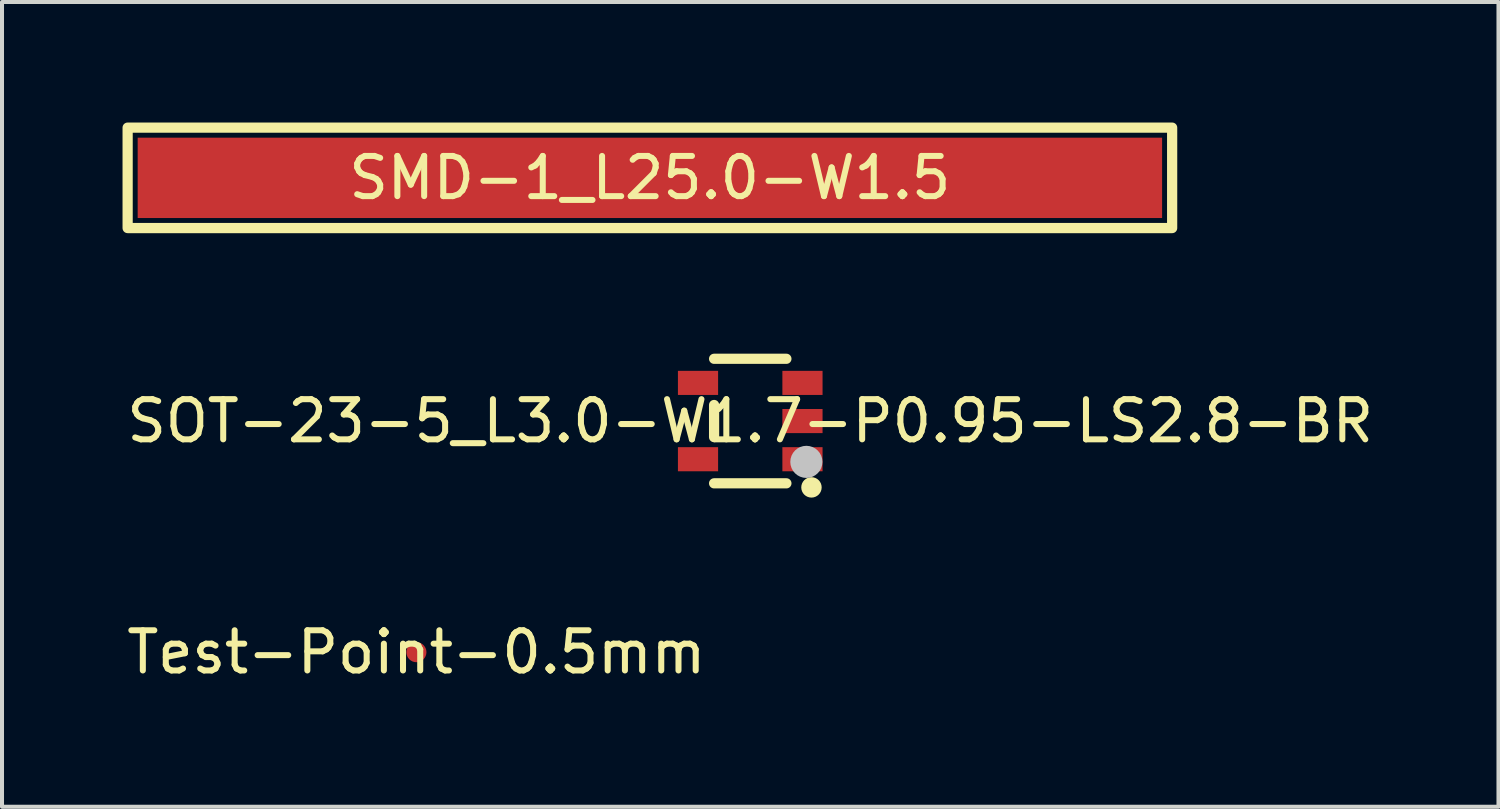
<source format=kicad_pcb>
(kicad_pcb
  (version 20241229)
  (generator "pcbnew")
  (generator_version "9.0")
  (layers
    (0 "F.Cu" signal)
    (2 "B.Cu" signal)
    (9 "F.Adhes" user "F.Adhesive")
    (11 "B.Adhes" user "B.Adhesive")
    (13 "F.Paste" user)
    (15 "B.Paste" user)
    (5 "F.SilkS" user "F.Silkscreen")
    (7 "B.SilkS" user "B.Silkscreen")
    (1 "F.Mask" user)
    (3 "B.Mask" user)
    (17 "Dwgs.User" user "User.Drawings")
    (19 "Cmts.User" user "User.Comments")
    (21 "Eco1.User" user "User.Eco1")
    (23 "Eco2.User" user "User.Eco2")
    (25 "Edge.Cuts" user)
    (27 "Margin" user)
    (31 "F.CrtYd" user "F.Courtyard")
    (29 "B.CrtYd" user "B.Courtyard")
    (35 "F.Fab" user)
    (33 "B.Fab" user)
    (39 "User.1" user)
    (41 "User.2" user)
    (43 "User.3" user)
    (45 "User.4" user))
  (footprint "Test-Point-0.5mm"
    (layer "F.Cu")
    (at 7.315 13.184)
    (property "Reference" "Test-Point-0.5mm" (at 0 0 0) (layer "F.SilkS") (effects (font (size 1 1) (thickness 0.15))))
    (pad "1" smd circle (at 0 0) (size 0.5 0.5) (layers "F.Cu" "F.Mask" "F.Paste")))
  (footprint "SMD-1_L25.0-W1.5"
    (layer "F.Cu")
    (at 13.127 1.377)
    (property "Reference" "SMD-1_L25.0-W1.5" (at 0 0 0) (layer "F.SilkS") (effects (font (size 1 1) (thickness 0.15))))
    (fp_rect (start -13 -1.25) (end 13 1.25) (stroke (width 0.254) (type default)) (fill no) (layer "F.SilkS"))
    (fp_poly (pts (xy -12.5 -0.75) (xy 12.5 -0.75) (xy 12.5 0.75) (xy -12.5 0.75)) (stroke (width 0.1) (type default)) (fill no) (layer "User.1"))
    (fp_line (start -12.5 -0.75) (end 12.5 -0.75) (stroke (width 0.051) (type default)) (layer "User.2"))
    (fp_line (start -12.5 0.75) (end -12.5 -0.75) (stroke (width 0.051) (type default)) (layer "User.2"))
    (fp_line (start 12.5 -0.75) (end 12.5 0.75) (stroke (width 0.051) (type default)) (layer "User.2"))
    (fp_line (start 12.5 0.75) (end -12.5 0.75) (stroke (width 0.051) (type default)) (layer "User.2"))
    (fp_poly (pts (xy 12.555 -0.773) (xy 12.523 -0.805) (xy 12.477 -0.805) (xy 12.445 -0.773) (xy 12.445 -0.727) (xy 12.477 -0.695) (xy 12.523 -0.695) (xy 12.555 -0.727)) (stroke (width 0.1) (type default)) (fill no) (layer "User.3"))
    (pad "1" smd rect (at 0 0) (size 25.5 2) (layers "F.Cu" "F.Mask" "F.Paste")))
  (footprint "SOT-23-5_L3.0-W1.7-P0.95-LS2.8-BR"
    (layer "F.Cu")
    (at 15.625 7.431)
    (property "Reference" "SOT-23-5_L3.0-W1.7-P0.95-LS2.8-BR" (at 0 0 0) (layer "F.SilkS") (effects (font (size 1 1) (thickness 0.15))))
    (fp_line (start -0.9 -1.55) (end 0.9 -1.55) (stroke (width 0.254) (type default)) (layer "F.SilkS"))
    (fp_line (start -0.9 0.4) (end -0.9 -0.4) (stroke (width 0.254) (type default)) (layer "F.SilkS"))
    (fp_line (start -0.9 1.55) (end 0.9 1.55) (stroke (width 0.254) (type default)) (layer "F.SilkS"))
    (fp_circle (center 1.524 1.651) (end 1.651 1.651) (stroke (width 0.254) (type default)) (fill no) (layer "F.SilkS"))
    (fp_circle (center 1.397 1.016) (end 1.597 1.016) (stroke (width 0.4) (type default)) (fill no) (layer "Dwgs.User"))
    (fp_poly (pts (xy -1.4 -0.75) (xy -1.4 -1.15) (xy -0.95 -1.15) (xy -0.95 -0.75)) (stroke (width 0.1) (type default)) (fill no) (layer "User.1"))
    (fp_poly (pts (xy -1.4 1.15) (xy -1.4 0.75) (xy -0.95 0.75) (xy -0.95 1.15)) (stroke (width 0.1) (type default)) (fill no) (layer "User.1"))
    (fp_poly (pts (xy -0.96 -0.75) (xy -0.96 -1.15) (xy -0.79 -1.15) (xy -0.79 -0.75)) (stroke (width 0.1) (type default)) (fill no) (layer "User.1"))
    (fp_poly (pts (xy -0.96 1.15) (xy -0.96 0.75) (xy -0.79 0.75) (xy -0.79 1.15)) (stroke (width 0.1) (type default)) (fill no) (layer "User.1"))
    (fp_poly (pts (xy 0.79 -0.75) (xy 0.79 -1.15) (xy 0.96 -1.15) (xy 0.96 -0.75)) (stroke (width 0.1) (type default)) (fill no) (layer "User.1"))
    (fp_poly (pts (xy 0.79 0.2) (xy 0.79 -0.2) (xy 0.96 -0.2) (xy 0.96 0.2)) (stroke (width 0.1) (type default)) (fill no) (layer "User.1"))
    (fp_poly (pts (xy 0.79 1.15) (xy 0.79 0.75) (xy 0.96 0.75) (xy 0.96 1.15)) (stroke (width 0.1) (type default)) (fill no) (layer "User.1"))
    (fp_poly (pts (xy 0.95 -0.75) (xy 0.95 -1.15) (xy 1.4 -1.15) (xy 1.4 -0.75)) (stroke (width 0.1) (type default)) (fill no) (layer "User.1"))
    (fp_poly (pts (xy 0.95 0.2) (xy 0.95 -0.2) (xy 1.4 -0.2) (xy 1.4 0.2)) (stroke (width 0.1) (type default)) (fill no) (layer "User.1"))
    (fp_poly (pts (xy 0.95 1.15) (xy 0.95 0.75) (xy 1.4 0.75) (xy 1.4 1.15)) (stroke (width 0.1) (type default)) (fill no) (layer "User.1"))
    (fp_line (start -0.8 -1.45) (end 0.8 -1.45) (stroke (width 0.051) (type default)) (layer "User.2"))
    (fp_line (start -0.8 1.45) (end -0.8 -1.45) (stroke (width 0.051) (type default)) (layer "User.2"))
    (fp_line (start 0.8 -1.45) (end 0.8 1.45) (stroke (width 0.051) (type default)) (layer "User.2"))
    (fp_line (start 0.8 1.45) (end -0.8 1.45) (stroke (width 0.051) (type default)) (layer "User.2"))
    (fp_poly (pts (xy 1.455 1.427) (xy 1.423 1.395) (xy 1.377 1.395) (xy 1.345 1.427) (xy 1.345 1.473) (xy 1.377 1.505) (xy 1.423 1.505) (xy 1.455 1.473)) (stroke (width 0.1) (type default)) (fill no) (layer "User.3"))
    (pad "1" smd rect (at 1.3 0.95) (size 1 0.6) (layers "F.Cu" "F.Mask" "F.Paste"))
    (pad "2" smd rect (at 1.3 0) (size 1 0.6) (layers "F.Cu" "F.Mask" "F.Paste"))
    (pad "3" smd rect (at 1.3 -0.95) (size 1 0.6) (layers "F.Cu" "F.Mask" "F.Paste"))
    (pad "4" smd rect (at -1.3 -0.95) (size 1 0.6) (layers "F.Cu" "F.Mask" "F.Paste"))
    (pad "5" smd rect (at -1.3 0.95) (size 1 0.6) (layers "F.Cu" "F.Mask" "F.Paste")))
  (gr_rect
    (start -3 -3)
    (end 34.25 17.032)
    (stroke (width 0.1) (type default))
    (fill no)
    (layer "Edge.Cuts")))
</source>
